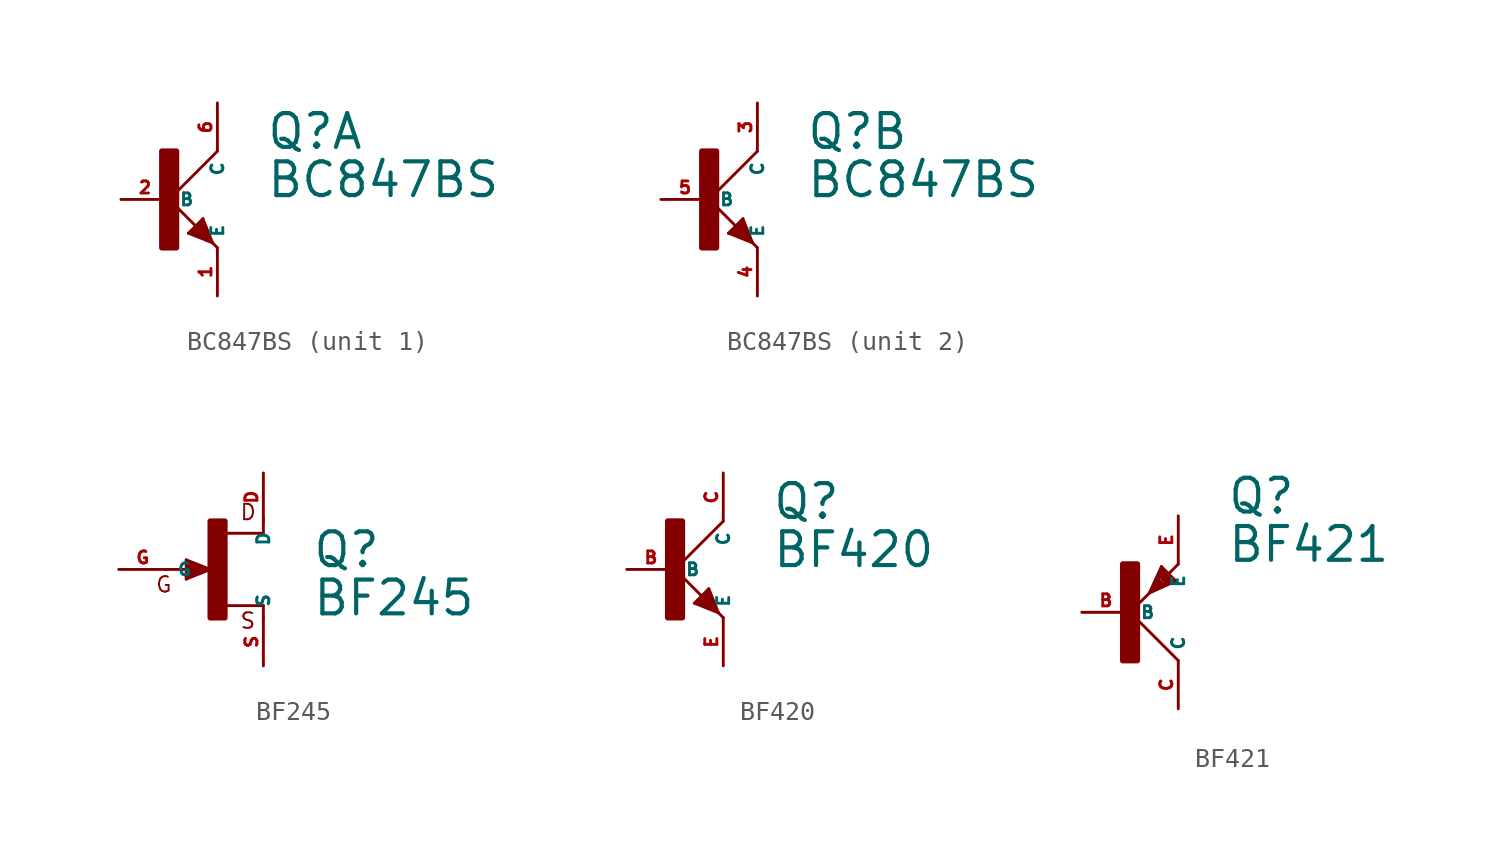
<source format=kicad_sym>
(kicad_symbol_lib
  (version 20220914)
  (generator Eagle2Kicad)
  (symbol "BC847BS"
    (property "Reference" "Q"
      (at 5.08 2.54 0)
      (effects (font (size 1.778 1.778) (thickness 0.22)) (justify left bottom)))
    (property "Value" "BC847BS"
      (at 5.08 0 0)
      (effects (font (size 1.778 1.778) (thickness 0.22)) (justify left bottom)))
    (symbol "BC847BS_1_0"
      (polyline (pts (xy 2.54 2.54) (xy 0 0)) (stroke (width 0.152) (type default)) (fill (type none)))
      (polyline (pts (xy 0 0) (xy 2.032 -2.032)) (stroke (width 0.152) (type default)) (fill (type none)))
      (polyline (pts (xy 2.032 -2.032) (xy 2.286 -2.286)) (stroke (width 0.152) (type default)) (fill (type none)))
      (polyline (pts (xy 1.778 -1.016) (xy 2.286 -2.286)) (stroke (width 0.152) (type default)) (fill (type none)))
      (polyline (pts (xy 2.286 -2.286) (xy 2.54 -2.54)) (stroke (width 0.152) (type default)) (fill (type none)))
      (polyline (pts (xy 2.286 -2.286) (xy 1.016 -1.778)) (stroke (width 0.152) (type default)) (fill (type none)))
      (polyline (pts (xy 1.016 -1.778) (xy 1.778 -1.016)) (stroke (width 0.152) (type default)) (fill (type none)))
      (polyline (pts (xy 2.032 -2.032) (xy 1.778 -1.27)) (stroke (width 0.254) (type default)) (fill (type none)))
      (polyline (pts (xy 1.778 -1.27) (xy 1.27 -1.778)) (stroke (width 0.254) (type default)) (fill (type none)))
      (polyline (pts (xy 1.27 -1.778) (xy 2.032 -2.032)) (stroke (width 0.254) (type default)) (fill (type none)))
      (polyline (pts (xy 1.524 -1.778) (xy 1.778 -1.524)) (stroke (width 0.254) (type default)) (fill (type none)))
      (rectangle (start -0.381 -2.54) (end 0.381 2.54) (stroke (width 0.3) (type default)) (fill (type outline)))
      (pin passive line (at -2.54 0 0) (length 2.54) (name "B" (effects (font (size 0.635 0.635) (thickness 0.08)) (justify left bottom))) (number "2" (effects (font (size 0.635 0.635) (thickness 0.08)) (justify left bottom))))
      (pin passive line (at 2.54 -5.08 90) (length 2.54) (name "E" (effects (font (size 0.635 0.635) (thickness 0.08)) (justify left bottom))) (number "1" (effects (font (size 0.635 0.635) (thickness 0.08)) (justify left bottom))))
      (pin passive line (at 2.54 5.08 270) (length 2.54) (name "C" (effects (font (size 0.635 0.635) (thickness 0.08)) (justify left bottom))) (number "6" (effects (font (size 0.635 0.635) (thickness 0.08)) (justify left bottom)))))
    (symbol "BC847BS_2_0"
      (polyline (pts (xy 2.54 2.54) (xy 0 0)) (stroke (width 0.152) (type default)) (fill (type none)))
      (polyline (pts (xy 0 0) (xy 2.032 -2.032)) (stroke (width 0.152) (type default)) (fill (type none)))
      (polyline (pts (xy 2.032 -2.032) (xy 2.286 -2.286)) (stroke (width 0.152) (type default)) (fill (type none)))
      (polyline (pts (xy 1.778 -1.016) (xy 2.286 -2.286)) (stroke (width 0.152) (type default)) (fill (type none)))
      (polyline (pts (xy 2.286 -2.286) (xy 2.54 -2.54)) (stroke (width 0.152) (type default)) (fill (type none)))
      (polyline (pts (xy 2.286 -2.286) (xy 1.016 -1.778)) (stroke (width 0.152) (type default)) (fill (type none)))
      (polyline (pts (xy 1.016 -1.778) (xy 1.778 -1.016)) (stroke (width 0.152) (type default)) (fill (type none)))
      (polyline (pts (xy 2.032 -2.032) (xy 1.778 -1.27)) (stroke (width 0.254) (type default)) (fill (type none)))
      (polyline (pts (xy 1.778 -1.27) (xy 1.27 -1.778)) (stroke (width 0.254) (type default)) (fill (type none)))
      (polyline (pts (xy 1.27 -1.778) (xy 2.032 -2.032)) (stroke (width 0.254) (type default)) (fill (type none)))
      (polyline (pts (xy 1.524 -1.778) (xy 1.778 -1.524)) (stroke (width 0.254) (type default)) (fill (type none)))
      (rectangle (start -0.381 -2.54) (end 0.381 2.54) (stroke (width 0.3) (type default)) (fill (type outline)))
      (pin passive line (at -2.54 0 0) (length 2.54) (name "B" (effects (font (size 0.635 0.635) (thickness 0.08)) (justify left bottom))) (number "5" (effects (font (size 0.635 0.635) (thickness 0.08)) (justify left bottom))))
      (pin passive line (at 2.54 -5.08 90) (length 2.54) (name "E" (effects (font (size 0.635 0.635) (thickness 0.08)) (justify left bottom))) (number "4" (effects (font (size 0.635 0.635) (thickness 0.08)) (justify left bottom))))
      (pin passive line (at 2.54 5.08 270) (length 2.54) (name "C" (effects (font (size 0.635 0.635) (thickness 0.08)) (justify left bottom))) (number "3" (effects (font (size 0.635 0.635) (thickness 0.08)) (justify left bottom))))))
  (symbol "BF245"
    (property "Reference" "Q"
      (at 5.08 0 0)
      (effects (font (size 1.778 1.778) (thickness 0.22)) (justify left bottom)))
    (property "Value" "BF245"
      (at 5.08 -2.54 0)
      (effects (font (size 1.778 1.778) (thickness 0.22)) (justify left bottom)))
    (polyline
      (pts (xy 2.54 -1.905) (xy 0.533 -1.905))
      (stroke (width 0.152) (type default))
      (fill (type none)))
    (polyline
      (pts (xy 2.54 -2.54) (xy 2.54 -1.905))
      (stroke (width 0.152) (type default))
      (fill (type none)))
    (polyline
      (pts (xy 2.54 2.667) (xy 2.54 1.905))
      (stroke (width 0.152) (type default))
      (fill (type none)))
    (polyline
      (pts (xy 2.54 1.905) (xy 0.508 1.905))
      (stroke (width 0.152) (type default))
      (fill (type none)))
    (polyline
      (pts (xy -0.254 0) (xy -1.524 0.508))
      (stroke (width 0.152) (type default))
      (fill (type none)))
    (polyline
      (pts (xy -1.524 0.508) (xy -1.524 -0.508))
      (stroke (width 0.152) (type default))
      (fill (type none)))
    (polyline
      (pts (xy -1.524 -0.508) (xy -0.254 0))
      (stroke (width 0.152) (type default))
      (fill (type none)))
    (polyline
      (pts (xy -2.54 0) (xy -0.762 0))
      (stroke (width 0.152) (type default))
      (fill (type none)))
    (polyline
      (pts (xy -0.762 0) (xy -0.635 0))
      (stroke (width 0.152) (type default))
      (fill (type none)))
    (polyline
      (pts (xy -0.635 0) (xy -0.254 0))
      (stroke (width 0.152) (type default))
      (fill (type none)))
    (polyline
      (pts (xy -0.635 0) (xy -1.397 0.254))
      (stroke (width 0.305) (type default))
      (fill (type none)))
    (polyline
      (pts (xy -1.397 0.254) (xy -1.397 -0.254))
      (stroke (width 0.305) (type default))
      (fill (type none)))
    (polyline
      (pts (xy -1.397 -0.254) (xy -0.762 0))
      (stroke (width 0.305) (type default))
      (fill (type none)))
    (text "D"
      (at 1.27 2.54 0)
      (effects (font (size 0.813 0.813) (thickness 0.10)) (justify left bottom)))
    (text "S"
      (at 1.27 -3.175 0)
      (effects (font (size 0.813 0.813) (thickness 0.10)) (justify left bottom)))
    (text "G"
      (at -3.175 -1.27 0)
      (effects (font (size 0.813 0.813) (thickness 0.10)) (justify left bottom)))
    (rectangle
      (start -0.254 -2.54)
      (end 0.508 2.54)
      (stroke (width 0.3) (type default))
      (fill (type outline)))
    (pin passive line
      (at -5.08 0 0)
      (length 2.54)
      (name "G" (effects (font (size 0.635 0.635) (thickness 0.08)) (justify left bottom)))
      (number "G" (effects (font (size 0.635 0.635) (thickness 0.08)) (justify left bottom))))
    (pin passive line
      (at 2.54 5.08 270)
      (length 2.54)
      (name "D" (effects (font (size 0.635 0.635) (thickness 0.08)) (justify left bottom)))
      (number "D" (effects (font (size 0.635 0.635) (thickness 0.08)) (justify left bottom))))
    (pin passive line
      (at 2.54 -5.08 90)
      (length 2.54)
      (name "S" (effects (font (size 0.635 0.635) (thickness 0.08)) (justify left bottom)))
      (number "S" (effects (font (size 0.635 0.635) (thickness 0.08)) (justify left bottom)))))
  (symbol "BF420"
    (property "Reference" "Q"
      (at 5.08 2.54 0)
      (effects (font (size 1.778 1.778) (thickness 0.22)) (justify left bottom)))
    (property "Value" "BF420"
      (at 5.08 0 0)
      (effects (font (size 1.778 1.778) (thickness 0.22)) (justify left bottom)))
    (polyline
      (pts (xy 2.54 2.54) (xy 0 0))
      (stroke (width 0.152) (type default))
      (fill (type none)))
    (polyline
      (pts (xy 0 0) (xy 2.032 -2.032))
      (stroke (width 0.152) (type default))
      (fill (type none)))
    (polyline
      (pts (xy 2.032 -2.032) (xy 2.286 -2.286))
      (stroke (width 0.152) (type default))
      (fill (type none)))
    (polyline
      (pts (xy 1.778 -1.016) (xy 2.286 -2.286))
      (stroke (width 0.152) (type default))
      (fill (type none)))
    (polyline
      (pts (xy 2.286 -2.286) (xy 2.54 -2.54))
      (stroke (width 0.152) (type default))
      (fill (type none)))
    (polyline
      (pts (xy 2.286 -2.286) (xy 1.016 -1.778))
      (stroke (width 0.152) (type default))
      (fill (type none)))
    (polyline
      (pts (xy 1.016 -1.778) (xy 1.778 -1.016))
      (stroke (width 0.152) (type default))
      (fill (type none)))
    (polyline
      (pts (xy 2.032 -2.032) (xy 1.778 -1.27))
      (stroke (width 0.254) (type default))
      (fill (type none)))
    (polyline
      (pts (xy 1.778 -1.27) (xy 1.27 -1.778))
      (stroke (width 0.254) (type default))
      (fill (type none)))
    (polyline
      (pts (xy 1.27 -1.778) (xy 2.032 -2.032))
      (stroke (width 0.254) (type default))
      (fill (type none)))
    (polyline
      (pts (xy 1.524 -1.778) (xy 1.778 -1.524))
      (stroke (width 0.254) (type default))
      (fill (type none)))
    (rectangle
      (start -0.381 -2.54)
      (end 0.381 2.54)
      (stroke (width 0.3) (type default))
      (fill (type outline)))
    (pin passive line
      (at -2.54 0 0)
      (length 2.54)
      (name "B" (effects (font (size 0.635 0.635) (thickness 0.08)) (justify left bottom)))
      (number "B" (effects (font (size 0.635 0.635) (thickness 0.08)) (justify left bottom))))
    (pin passive line
      (at 2.54 -5.08 90)
      (length 2.54)
      (name "E" (effects (font (size 0.635 0.635) (thickness 0.08)) (justify left bottom)))
      (number "E" (effects (font (size 0.635 0.635) (thickness 0.08)) (justify left bottom))))
    (pin passive line
      (at 2.54 5.08 270)
      (length 2.54)
      (name "C" (effects (font (size 0.635 0.635) (thickness 0.08)) (justify left bottom)))
      (number "C" (effects (font (size 0.635 0.635) (thickness 0.08)) (justify left bottom)))))
  (symbol "BF421"
    (property "Reference" "Q"
      (at 5.08 5.08 0)
      (effects (font (size 1.778 1.778) (thickness 0.22)) (justify left bottom)))
    (property "Value" "BF421"
      (at 5.08 2.54 0)
      (effects (font (size 1.778 1.778) (thickness 0.22)) (justify left bottom)))
    (polyline
      (pts (xy 2.54 -2.54) (xy 0 0))
      (stroke (width 0.152) (type default))
      (fill (type none)))
    (polyline
      (pts (xy 0 0) (xy 1.016 1.016))
      (stroke (width 0.152) (type default))
      (fill (type none)))
    (polyline
      (pts (xy 1.651 2.413) (xy 1.016 1.016))
      (stroke (width 0.152) (type default))
      (fill (type none)))
    (polyline
      (pts (xy 1.016 1.016) (xy 1.27 1.27))
      (stroke (width 0.152) (type default))
      (fill (type none)))
    (polyline
      (pts (xy 1.27 1.27) (xy 2.54 2.54))
      (stroke (width 0.152) (type default))
      (fill (type none)))
    (polyline
      (pts (xy 1.016 1.016) (xy 2.413 1.651))
      (stroke (width 0.152) (type default))
      (fill (type none)))
    (polyline
      (pts (xy 2.413 1.651) (xy 1.651 2.413))
      (stroke (width 0.152) (type default))
      (fill (type none)))
    (polyline
      (pts (xy 1.27 1.27) (xy 1.651 2.159))
      (stroke (width 0.254) (type default))
      (fill (type none)))
    (polyline
      (pts (xy 1.651 2.159) (xy 2.159 1.651))
      (stroke (width 0.254) (type default))
      (fill (type none)))
    (polyline
      (pts (xy 2.159 1.651) (xy 1.27 1.27))
      (stroke (width 0.254) (type default))
      (fill (type none)))
    (polyline
      (pts (xy 1.651 1.905) (xy 1.905 1.651))
      (stroke (width 0.254) (type default))
      (fill (type none)))
    (rectangle
      (start -0.381 -2.54)
      (end 0.381 2.54)
      (stroke (width 0.3) (type default))
      (fill (type outline)))
    (pin passive line
      (at -2.54 0 0)
      (length 2.54)
      (name "B" (effects (font (size 0.635 0.635) (thickness 0.08)) (justify left bottom)))
      (number "B" (effects (font (size 0.635 0.635) (thickness 0.08)) (justify left bottom))))
    (pin passive line
      (at 2.54 5.08 270)
      (length 2.54)
      (name "E" (effects (font (size 0.635 0.635) (thickness 0.08)) (justify left bottom)))
      (number "E" (effects (font (size 0.635 0.635) (thickness 0.08)) (justify left bottom))))
    (pin passive line
      (at 2.54 -5.08 90)
      (length 2.54)
      (name "C" (effects (font (size 0.635 0.635) (thickness 0.08)) (justify left bottom)))
      (number "C" (effects (font (size 0.635 0.635) (thickness 0.08)) (justify left bottom))))))
</source>
